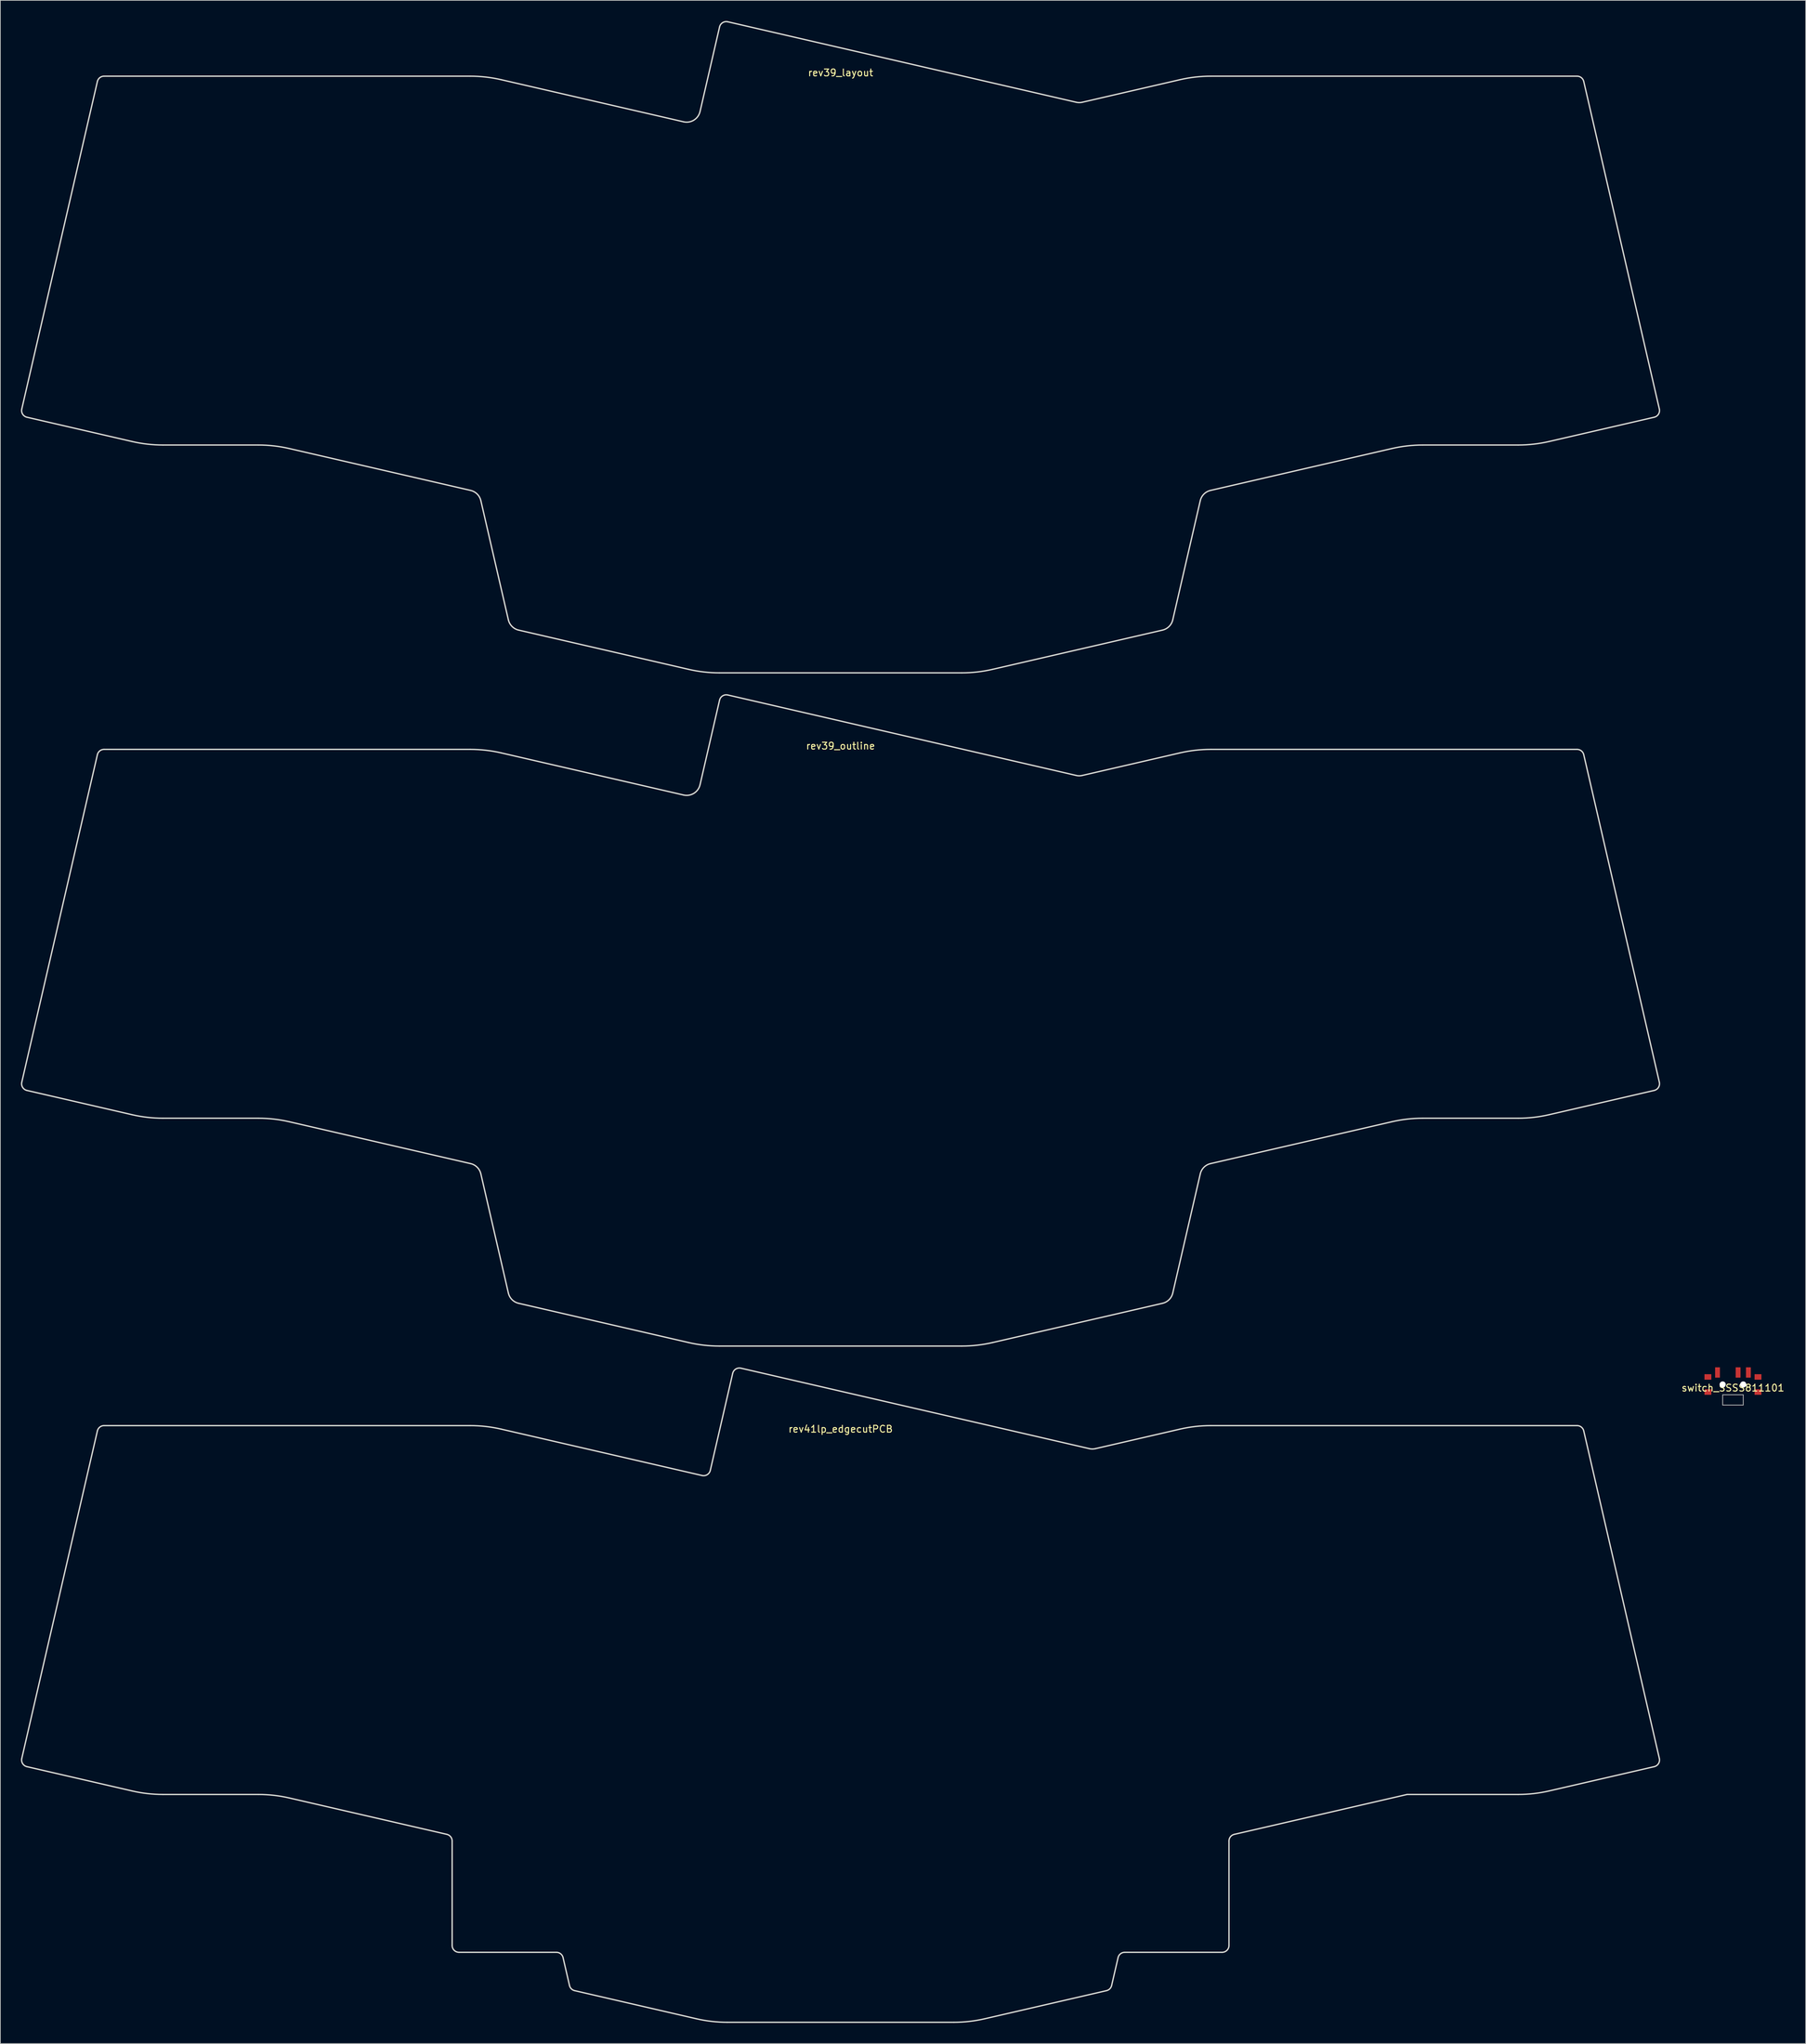
<source format=kicad_pcb>
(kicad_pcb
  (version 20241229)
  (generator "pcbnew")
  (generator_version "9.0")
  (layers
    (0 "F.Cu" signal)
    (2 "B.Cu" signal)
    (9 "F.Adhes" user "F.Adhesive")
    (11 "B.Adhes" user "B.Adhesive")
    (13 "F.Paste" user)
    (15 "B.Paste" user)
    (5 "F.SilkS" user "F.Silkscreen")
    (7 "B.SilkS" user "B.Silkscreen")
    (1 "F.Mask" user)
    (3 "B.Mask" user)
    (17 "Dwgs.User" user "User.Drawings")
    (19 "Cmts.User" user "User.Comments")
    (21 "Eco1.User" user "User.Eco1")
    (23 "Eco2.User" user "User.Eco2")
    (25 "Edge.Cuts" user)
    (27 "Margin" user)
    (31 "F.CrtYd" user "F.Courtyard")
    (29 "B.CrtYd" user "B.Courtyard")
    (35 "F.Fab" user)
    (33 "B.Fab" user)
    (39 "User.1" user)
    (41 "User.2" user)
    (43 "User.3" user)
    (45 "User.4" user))
  (footprint "switch_SSSS811101"
    (layer "F.Cu")
    (at 249.499 198.675)
    (property "Reference" "switch_SSSS811101" (at 0 0.5 0) (layer "F.SilkS") (effects (font (size 1 1) (thickness 0.15))))
    (attr through_hole)
    (fp_line (start -1.5 1.5) (end -1.5 3) (stroke (width 0.12) (type solid)) (layer "F.Fab"))
    (fp_line (start -1.5 3) (end 1.5 3) (stroke (width 0.12) (type solid)) (layer "F.Fab"))
    (fp_line (start 1.5 1.5) (end -1.5 1.5) (stroke (width 0.12) (type solid)) (layer "F.Fab"))
    (fp_line (start 1.5 3) (end 1.5 1.5) (stroke (width 0.12) (type solid)) (layer "F.Fab"))
    (pad "" np_thru_hole circle (at -1.5 0) (size 0.9 0.9) (drill 0.9) (layers "*.Cu" "*.Mask"))
    (pad "" np_thru_hole circle (at 1.5 0) (size 0.9 0.9) (drill 0.9) (layers "*.Cu" "*.Mask"))
    (pad "1" smd rect (at -2.25 -1.75) (size 0.7 1.5) (layers "F.Cu" "F.Mask" "F.Paste"))
    (pad "2" smd rect (at 0.75 -1.75) (size 0.7 1.5) (layers "F.Cu" "F.Mask" "F.Paste"))
    (pad "3" smd rect (at 2.25 -1.75) (size 0.7 1.5) (layers "F.Cu" "F.Mask" "F.Paste"))
    (pad "4" smd rect (at -3.65 1.1) (size 1 0.8) (layers "F.Cu" "F.Mask" "F.Paste"))
    (pad "5" smd rect (at -3.65 -1.1) (size 1 0.8) (layers "F.Cu" "F.Mask" "F.Paste"))
    (pad "6" smd rect (at 3.65 -1.1) (size 1 0.8) (layers "F.Cu" "F.Mask" "F.Paste"))
    (pad "7" smd rect (at 3.65 1.1) (size 1 0.8) (layers "F.Cu" "F.Mask" "F.Paste")))
  (footprint "rev41lp_edgecutPCB"
    (layer "F.Cu")
    (at 119.449 204.666)
    (property "Reference" "rev41lp_edgecutPCB" (at 0 0.5 0) (layer "F.SilkS") (effects (font (size 1 1) (thickness 0.15))))
    (attr through_hole)
    (fp_line (start -118.574 49.693) (end -103.256 53.229) (stroke (width 0.2) (type solid)) (layer "Edge.Cuts"))
    (fp_line (start -108.307 0.775) (end -119.324 48.494) (stroke (width 0.2) (type solid)) (layer "Edge.Cuts"))
    (fp_line (start -98.757 53.742) (end -84.841 53.742) (stroke (width 0.2) (type solid)) (layer "Edge.Cuts"))
    (fp_line (start -80.342 54.255) (end -57.38 59.556) (stroke (width 0.2) (type solid)) (layer "Edge.Cuts"))
    (fp_line (start -56.605 60.53) (end -56.605 75.741) (stroke (width 0.2) (type solid)) (layer "Edge.Cuts"))
    (fp_line (start -55.605 76.741) (end -41.416 76.741) (stroke (width 0.2) (type solid)) (layer "Edge.Cuts"))
    (fp_line (start -53.96 0) (end -107.332 0) (stroke (width 0.2) (type solid)) (layer "Edge.Cuts"))
    (fp_line (start -40.442 77.516) (end -39.503 81.58) (stroke (width 0.2) (type solid)) (layer "Edge.Cuts"))
    (fp_line (start -38.754 82.329) (end -21.01 86.426) (stroke (width 0.2) (type solid)) (layer "Edge.Cuts"))
    (fp_line (start -20.184 7.272) (end -49.461 0.513) (stroke (width 0.2) (type solid)) (layer "Edge.Cuts"))
    (fp_line (start -16.511 86.938) (end 16.511 86.938) (stroke (width 0.2) (type solid)) (layer "Edge.Cuts"))
    (fp_line (start -15.721 -7.616) (end -18.985 6.522) (stroke (width 0.2) (type solid)) (layer "Edge.Cuts"))
    (fp_line (start 21.01 86.426) (end 38.754 82.329) (stroke (width 0.2) (type solid)) (layer "Edge.Cuts"))
    (fp_line (start 36.247 3.356) (end -14.521 -8.365) (stroke (width 0.2) (type solid)) (layer "Edge.Cuts"))
    (fp_line (start 39.503 81.58) (end 40.442 77.516) (stroke (width 0.2) (type solid)) (layer "Edge.Cuts"))
    (fp_line (start 41.416 76.741) (end 55.605 76.741) (stroke (width 0.2) (type solid)) (layer "Edge.Cuts"))
    (fp_line (start 49.461 0.513) (end 37.147 3.356) (stroke (width 0.2) (type solid)) (layer "Edge.Cuts"))
    (fp_line (start 56.605 75.741) (end 56.605 60.53) (stroke (width 0.2) (type solid)) (layer "Edge.Cuts"))
    (fp_line (start 57.38 59.556) (end 82.562 53.742) (stroke (width 0.2) (type solid)) (layer "Edge.Cuts"))
    (fp_line (start 82.562 53.742) (end 98.757 53.742) (stroke (width 0.2) (type solid)) (layer "Edge.Cuts"))
    (fp_line (start 103.256 53.229) (end 118.574 49.693) (stroke (width 0.2) (type solid)) (layer "Edge.Cuts"))
    (fp_line (start 107.332 0) (end 53.96 0) (stroke (width 0.2) (type solid)) (layer "Edge.Cuts"))
    (fp_line (start 119.324 48.494) (end 108.307 0.775) (stroke (width 0.2) (type solid)) (layer "Edge.Cuts"))
    (fp_arc (start -118.574096 49.692873) (mid -119.197193 49.248422) (end -119.323515 48.493552) (stroke (width 0.2) (type solid)) (layer "Edge.Cuts"))
    (fp_arc (start -108.30683 0.775049) (mid -107.954975 0.217392) (end -107.33246 0) (stroke (width 0.2) (type solid)) (layer "Edge.Cuts"))
    (fp_arc (start -98.756723 53.741992) (mid -101.020787 53.613429) (end -103.255744 53.229393) (stroke (width 0.2) (type solid)) (layer "Edge.Cuts"))
    (fp_arc (start -84.840673 53.741991) (mid -82.576609 53.870554) (end -80.341652 54.25459) (stroke (width 0.2) (type solid)) (layer "Edge.Cuts"))
    (fp_arc (start -57.380101 59.555682) (mid -56.822444 59.907537) (end -56.605052 60.530052) (stroke (width 0.2) (type solid)) (layer "Edge.Cuts"))
    (fp_arc (start -55.605052 76.74074) (mid -56.312159 76.447847) (end -56.605052 75.74074) (stroke (width 0.2) (type solid)) (layer "Edge.Cuts"))
    (fp_arc (start -53.959882 -0.000001) (mid -51.695818 0.128562) (end -49.460861 0.512598) (stroke (width 0.2) (type solid)) (layer "Edge.Cuts"))
    (fp_arc (start -41.416042 76.740739) (mid -40.793527 76.958131) (end -40.441671 77.515789) (stroke (width 0.2) (type solid)) (layer "Edge.Cuts"))
    (fp_arc (start -38.753975 82.329336) (mid -39.236131 82.062073) (end -39.503394 81.579917) (stroke (width 0.2) (type solid)) (layer "Edge.Cuts"))
    (fp_arc (start -18.984547 6.522306) (mid -19.428998 7.145403) (end -20.183868 7.271725) (stroke (width 0.2) (type solid)) (layer "Edge.Cuts"))
    (fp_arc (start -16.510921 86.938468) (mid -18.774985 86.809905) (end -21.009942 86.425869) (stroke (width 0.2) (type solid)) (layer "Edge.Cuts"))
    (fp_arc (start -15.720507 -7.615803) (mid -15.276056 -8.2389) (end -14.521186 -8.365222) (stroke (width 0.2) (type solid)) (layer "Edge.Cuts"))
    (fp_arc (start 21.009942 86.425869) (mid 18.774985 86.809905) (end 16.510921 86.938468) (stroke (width 0.2) (type solid)) (layer "Edge.Cuts"))
    (fp_arc (start 37.146773 3.355529) (mid 36.696871 3.406789) (end 36.246969 3.355529) (stroke (width 0.2) (type solid)) (layer "Edge.Cuts"))
    (fp_arc (start 39.503394 81.579917) (mid 39.236131 82.062073) (end 38.753975 82.329336) (stroke (width 0.2) (type solid)) (layer "Edge.Cuts"))
    (fp_arc (start 40.441672 77.515789) (mid 40.793527 76.958132) (end 41.416042 76.74074) (stroke (width 0.2) (type solid)) (layer "Edge.Cuts"))
    (fp_arc (start 49.460861 0.512599) (mid 51.695818 0.128563) (end 53.959882 0) (stroke (width 0.2) (type solid)) (layer "Edge.Cuts"))
    (fp_arc (start 56.605052 60.530052) (mid 56.822444 59.907537) (end 57.380101 59.555682) (stroke (width 0.2) (type solid)) (layer "Edge.Cuts"))
    (fp_arc (start 56.605052 75.74074) (mid 56.312159 76.447847) (end 55.605052 76.74074) (stroke (width 0.2) (type solid)) (layer "Edge.Cuts"))
    (fp_arc (start 103.255743 53.229393) (mid 101.020786 53.613429) (end 98.756722 53.741992) (stroke (width 0.2) (type solid)) (layer "Edge.Cuts"))
    (fp_arc (start 107.332459 0) (mid 107.954974 0.217391) (end 108.30683 0.775048) (stroke (width 0.2) (type solid)) (layer "Edge.Cuts"))
    (fp_arc (start 119.323515 48.493552) (mid 119.197193 49.248422) (end 118.574096 49.692873) (stroke (width 0.2) (type solid)) (layer "Edge.Cuts")))
  (footprint "rev39_outline"
    (layer "F.Cu")
    (at 119.449 106.137)
    (property "Reference" "rev39_outline" (at 0 -0.5 180) (layer "F.SilkS") (effects (font (size 1 1) (thickness 0.15))))
    (attr through_hole)
    (fp_line (start -118.574 49.693) (end -103.256 53.229) (stroke (width 0.2) (type solid)) (layer "Edge.Cuts"))
    (fp_line (start -108.307 0.775) (end -119.324 48.494) (stroke (width 0.2) (type solid)) (layer "Edge.Cuts"))
    (fp_line (start -98.757 53.742) (end -84.841 53.742) (stroke (width 0.2) (type solid)) (layer "Edge.Cuts"))
    (fp_line (start -80.342 54.255) (end -53.92 60.355) (stroke (width 0.2) (type solid)) (layer "Edge.Cuts"))
    (fp_line (start -53.96 0) (end -107.332 0) (stroke (width 0.2) (type solid)) (layer "Edge.Cuts"))
    (fp_line (start -52.421 61.853) (end -48.413 79.211) (stroke (width 0.2) (type solid)) (layer "Edge.Cuts"))
    (fp_line (start -46.914 80.71) (end -22.157 86.426) (stroke (width 0.2) (type solid)) (layer "Edge.Cuts"))
    (fp_line (start -22.878 6.65) (end -49.461 0.513) (stroke (width 0.2) (type solid)) (layer "Edge.Cuts"))
    (fp_line (start -17.658 86.938) (end 17.658 86.938) (stroke (width 0.2) (type solid)) (layer "Edge.Cuts"))
    (fp_line (start -17.634 -7.174) (end -20.479 5.151) (stroke (width 0.2) (type solid)) (layer "Edge.Cuts"))
    (fp_line (start 22.157 86.426) (end 46.914 80.71) (stroke (width 0.2) (type solid)) (layer "Edge.Cuts"))
    (fp_line (start 34.334 3.797) (end -16.434 -7.924) (stroke (width 0.2) (type solid)) (layer "Edge.Cuts"))
    (fp_line (start 48.413 79.211) (end 52.421 61.853) (stroke (width 0.2) (type solid)) (layer "Edge.Cuts"))
    (fp_line (start 49.461 0.513) (end 35.233 3.797) (stroke (width 0.2) (type solid)) (layer "Edge.Cuts"))
    (fp_line (start 53.92 60.355) (end 80.342 54.255) (stroke (width 0.2) (type solid)) (layer "Edge.Cuts"))
    (fp_line (start 84.841 53.742) (end 98.757 53.742) (stroke (width 0.2) (type solid)) (layer "Edge.Cuts"))
    (fp_line (start 103.256 53.229) (end 118.574 49.693) (stroke (width 0.2) (type solid)) (layer "Edge.Cuts"))
    (fp_line (start 107.332 0) (end 53.96 0) (stroke (width 0.2) (type solid)) (layer "Edge.Cuts"))
    (fp_line (start 119.324 48.494) (end 108.307 0.775) (stroke (width 0.2) (type solid)) (layer "Edge.Cuts"))
    (fp_arc (start -118.574096 49.692873) (mid -119.197193 49.248422) (end -119.323515 48.493552) (stroke (width 0.2) (type solid)) (layer "Edge.Cuts"))
    (fp_arc (start -108.30683 0.775049) (mid -107.954975 0.217392) (end -107.33246 0) (stroke (width 0.2) (type solid)) (layer "Edge.Cuts"))
    (fp_arc (start -98.756723 53.741992) (mid -101.020787 53.613429) (end -103.255744 53.229393) (stroke (width 0.2) (type solid)) (layer "Edge.Cuts"))
    (fp_arc (start -84.840673 53.741991) (mid -82.576609 53.870554) (end -80.341652 54.25459) (stroke (width 0.2) (type solid)) (layer "Edge.Cuts"))
    (fp_arc (start -53.959882 -0.000001) (mid -51.695818 0.128562) (end -49.460861 0.512598) (stroke (width 0.2) (type solid)) (layer "Edge.Cuts"))
    (fp_arc (start -53.919517 60.354621) (mid -52.955206 60.889148) (end -52.420679 61.853459) (stroke (width 0.2) (type solid)) (layer "Edge.Cuts"))
    (fp_arc (start -46.914451 80.71021) (mid -47.878762 80.175683) (end -48.413289 79.211372) (stroke (width 0.2) (type solid)) (layer "Edge.Cuts"))
    (fp_arc (start -20.479239 5.150924) (mid -21.368141 6.397119) (end -22.877882 6.649763) (stroke (width 0.2) (type solid)) (layer "Edge.Cuts"))
    (fp_arc (start -17.658193 86.938468) (mid -19.922257 86.809905) (end -22.157214 86.425869) (stroke (width 0.2) (type solid)) (layer "Edge.Cuts"))
    (fp_arc (start -17.633786 -7.174088) (mid -17.189335 -7.797185) (end -16.434465 -7.923507) (stroke (width 0.2) (type solid)) (layer "Edge.Cuts"))
    (fp_arc (start 22.157214 86.425869) (mid 19.922257 86.809905) (end 17.658193 86.938468) (stroke (width 0.2) (type solid)) (layer "Edge.Cuts"))
    (fp_arc (start 35.233496 3.797245) (mid 34.783593 3.848505) (end 34.333691 3.797245) (stroke (width 0.2) (type solid)) (layer "Edge.Cuts"))
    (fp_arc (start 48.413289 79.211372) (mid 47.878762 80.175683) (end 46.914451 80.71021) (stroke (width 0.2) (type solid)) (layer "Edge.Cuts"))
    (fp_arc (start 49.460861 0.512599) (mid 51.695818 0.128563) (end 53.959882 0) (stroke (width 0.2) (type solid)) (layer "Edge.Cuts"))
    (fp_arc (start 52.420679 61.853459) (mid 52.955206 60.889148) (end 53.919517 60.354621) (stroke (width 0.2) (type solid)) (layer "Edge.Cuts"))
    (fp_arc (start 80.341652 54.254591) (mid 82.576609 53.870555) (end 84.840673 53.741992) (stroke (width 0.2) (type solid)) (layer "Edge.Cuts"))
    (fp_arc (start 103.255743 53.229393) (mid 101.020786 53.613429) (end 98.756722 53.741992) (stroke (width 0.2) (type solid)) (layer "Edge.Cuts"))
    (fp_arc (start 107.332459 0) (mid 107.954974 0.217391) (end 108.30683 0.775048) (stroke (width 0.2) (type solid)) (layer "Edge.Cuts"))
    (fp_arc (start 119.323515 48.493552) (mid 119.197193 49.248422) (end 118.574096 49.692873) (stroke (width 0.2) (type solid)) (layer "Edge.Cuts")))
  (footprint "rev39_layout"
    (layer "F.Cu")
    (at 119.449 8.049)
    (property "Reference" "rev39_layout" (at 0 -0.5 180) (layer "F.SilkS") (effects (font (size 1 1) (thickness 0.15))))
    (attr through_hole)
    (fp_line (start -118.574 49.693) (end -103.256 53.229) (stroke (width 0.2) (type solid)) (layer "Edge.Cuts"))
    (fp_line (start -108.307 0.775) (end -119.324 48.494) (stroke (width 0.2) (type solid)) (layer "Edge.Cuts"))
    (fp_line (start -98.757 53.742) (end -84.841 53.742) (stroke (width 0.2) (type solid)) (layer "Edge.Cuts"))
    (fp_line (start -80.342 54.255) (end -53.92 60.355) (stroke (width 0.2) (type solid)) (layer "Edge.Cuts"))
    (fp_line (start -53.96 0) (end -107.332 0) (stroke (width 0.2) (type solid)) (layer "Edge.Cuts"))
    (fp_line (start -52.421 61.853) (end -48.413 79.211) (stroke (width 0.2) (type solid)) (layer "Edge.Cuts"))
    (fp_line (start -46.914 80.71) (end -22.157 86.426) (stroke (width 0.2) (type solid)) (layer "Edge.Cuts"))
    (fp_line (start -22.878 6.65) (end -49.461 0.513) (stroke (width 0.2) (type solid)) (layer "Edge.Cuts"))
    (fp_line (start -17.658 86.938) (end 17.658 86.938) (stroke (width 0.2) (type solid)) (layer "Edge.Cuts"))
    (fp_line (start -17.634 -7.174) (end -20.479 5.151) (stroke (width 0.2) (type solid)) (layer "Edge.Cuts"))
    (fp_line (start 22.157 86.426) (end 46.914 80.71) (stroke (width 0.2) (type solid)) (layer "Edge.Cuts"))
    (fp_line (start 34.334 3.797) (end -16.434 -7.924) (stroke (width 0.2) (type solid)) (layer "Edge.Cuts"))
    (fp_line (start 48.413 79.211) (end 52.421 61.853) (stroke (width 0.2) (type solid)) (layer "Edge.Cuts"))
    (fp_line (start 49.461 0.513) (end 35.233 3.797) (stroke (width 0.2) (type solid)) (layer "Edge.Cuts"))
    (fp_line (start 53.92 60.355) (end 80.342 54.255) (stroke (width 0.2) (type solid)) (layer "Edge.Cuts"))
    (fp_line (start 84.841 53.742) (end 98.757 53.742) (stroke (width 0.2) (type solid)) (layer "Edge.Cuts"))
    (fp_line (start 103.256 53.229) (end 118.574 49.693) (stroke (width 0.2) (type solid)) (layer "Edge.Cuts"))
    (fp_line (start 107.332 0) (end 53.96 0) (stroke (width 0.2) (type solid)) (layer "Edge.Cuts"))
    (fp_line (start 119.324 48.494) (end 108.307 0.775) (stroke (width 0.2) (type solid)) (layer "Edge.Cuts"))
    (fp_arc (start -118.574096 49.692873) (mid -119.197193 49.248422) (end -119.323515 48.493552) (stroke (width 0.2) (type solid)) (layer "Edge.Cuts"))
    (fp_arc (start -108.30683 0.775049) (mid -107.954975 0.217392) (end -107.33246 0) (stroke (width 0.2) (type solid)) (layer "Edge.Cuts"))
    (fp_arc (start -98.756723 53.741992) (mid -101.020787 53.613429) (end -103.255744 53.229393) (stroke (width 0.2) (type solid)) (layer "Edge.Cuts"))
    (fp_arc (start -84.840673 53.741991) (mid -82.576609 53.870554) (end -80.341652 54.25459) (stroke (width 0.2) (type solid)) (layer "Edge.Cuts"))
    (fp_arc (start -53.959882 -0.000001) (mid -51.695818 0.128562) (end -49.460861 0.512598) (stroke (width 0.2) (type solid)) (layer "Edge.Cuts"))
    (fp_arc (start -53.919517 60.354621) (mid -52.955206 60.889148) (end -52.420679 61.853459) (stroke (width 0.2) (type solid)) (layer "Edge.Cuts"))
    (fp_arc (start -46.914451 80.71021) (mid -47.878762 80.175683) (end -48.413289 79.211372) (stroke (width 0.2) (type solid)) (layer "Edge.Cuts"))
    (fp_arc (start -20.479239 5.150924) (mid -21.368141 6.397119) (end -22.877882 6.649763) (stroke (width 0.2) (type solid)) (layer "Edge.Cuts"))
    (fp_arc (start -17.658193 86.938468) (mid -19.922257 86.809905) (end -22.157214 86.425869) (stroke (width 0.2) (type solid)) (layer "Edge.Cuts"))
    (fp_arc (start -17.633786 -7.174088) (mid -17.189335 -7.797185) (end -16.434465 -7.923507) (stroke (width 0.2) (type solid)) (layer "Edge.Cuts"))
    (fp_arc (start 22.157214 86.425869) (mid 19.922257 86.809905) (end 17.658193 86.938468) (stroke (width 0.2) (type solid)) (layer "Edge.Cuts"))
    (fp_arc (start 35.233496 3.797245) (mid 34.783593 3.848505) (end 34.333691 3.797245) (stroke (width 0.2) (type solid)) (layer "Edge.Cuts"))
    (fp_arc (start 48.413289 79.211372) (mid 47.878762 80.175683) (end 46.914451 80.71021) (stroke (width 0.2) (type solid)) (layer "Edge.Cuts"))
    (fp_arc (start 49.460861 0.512599) (mid 51.695818 0.128563) (end 53.959882 0) (stroke (width 0.2) (type solid)) (layer "Edge.Cuts"))
    (fp_arc (start 52.420679 61.853459) (mid 52.955206 60.889148) (end 53.919517 60.354621) (stroke (width 0.2) (type solid)) (layer "Edge.Cuts"))
    (fp_arc (start 80.341652 54.254591) (mid 82.576609 53.870555) (end 84.840673 53.741992) (stroke (width 0.2) (type solid)) (layer "Edge.Cuts"))
    (fp_arc (start 103.255743 53.229393) (mid 101.020786 53.613429) (end 98.756722 53.741992) (stroke (width 0.2) (type solid)) (layer "Edge.Cuts"))
    (fp_arc (start 107.332459 0) (mid 107.954974 0.217391) (end 108.30683 0.775048) (stroke (width 0.2) (type solid)) (layer "Edge.Cuts"))
    (fp_arc (start 119.323515 48.493552) (mid 119.197193 49.248422) (end 118.574096 49.692873) (stroke (width 0.2) (type solid)) (layer "Edge.Cuts")))
  (gr_rect
    (start -3 -3)
    (end 260.101 294.705)
    (stroke (width 0.1) (type default))
    (fill no)
    (layer "Edge.Cuts")))
</source>
